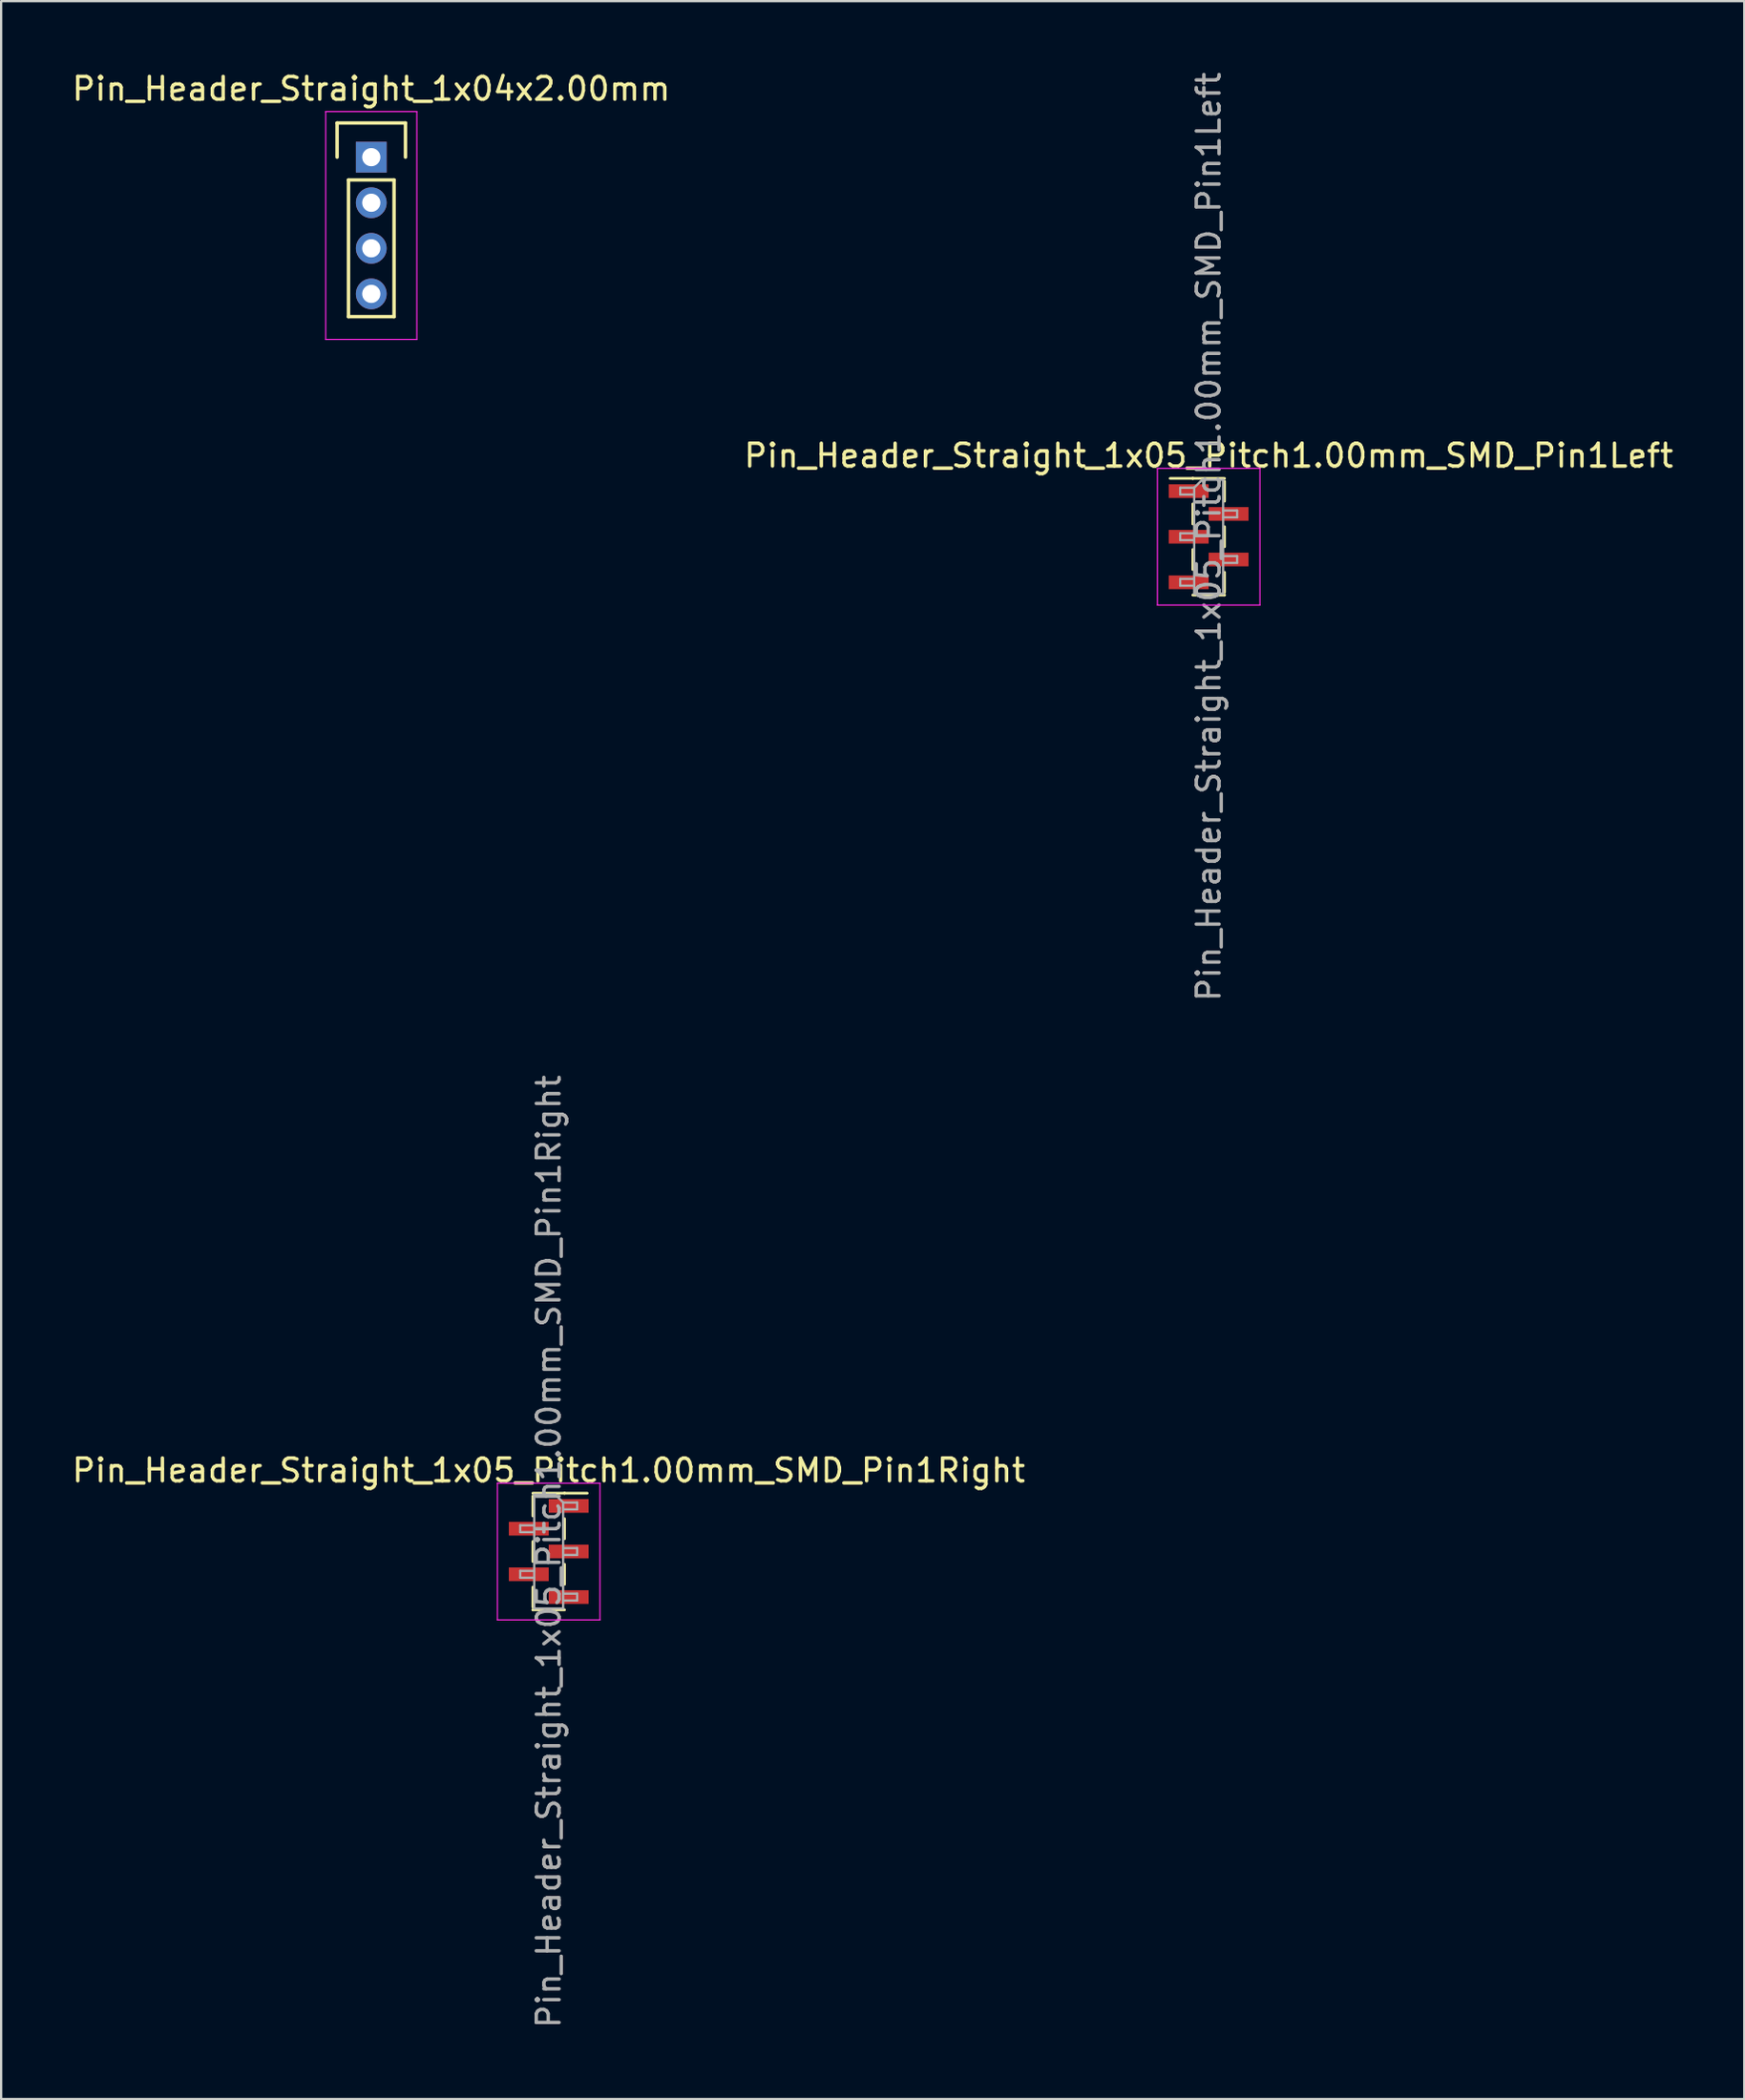
<source format=kicad_pcb>
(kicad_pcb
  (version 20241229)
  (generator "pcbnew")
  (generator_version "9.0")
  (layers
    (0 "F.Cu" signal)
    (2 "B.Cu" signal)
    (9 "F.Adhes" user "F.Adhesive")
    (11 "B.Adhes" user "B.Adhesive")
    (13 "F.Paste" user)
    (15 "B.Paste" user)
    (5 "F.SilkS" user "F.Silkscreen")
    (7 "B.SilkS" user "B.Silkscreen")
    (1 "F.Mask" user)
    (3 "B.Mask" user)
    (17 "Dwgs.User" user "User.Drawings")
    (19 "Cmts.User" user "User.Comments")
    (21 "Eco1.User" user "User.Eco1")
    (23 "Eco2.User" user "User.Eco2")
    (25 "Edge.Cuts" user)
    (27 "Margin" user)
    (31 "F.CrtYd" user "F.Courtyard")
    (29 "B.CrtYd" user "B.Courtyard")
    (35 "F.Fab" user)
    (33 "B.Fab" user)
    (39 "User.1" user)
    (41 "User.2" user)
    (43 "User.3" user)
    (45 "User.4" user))
  (footprint "Pin_Header_Straight_1x04x2.00mm"
    (layer "F.Cu")
    (at 13.244 3.848)
    (property "Reference" "Pin_Header_Straight_1x04x2.00mm" (at 0 -3 0) (layer "F.SilkS") (effects (font (size 1 1) (thickness 0.15))))
    (attr through_hole)
    (fp_line (start -1.5 -1.5) (end 1.5 -1.5) (stroke (width 0.15) (type solid)) (layer "F.SilkS"))
    (fp_line (start -1.5 0) (end -1.5 -1.5) (stroke (width 0.15) (type solid)) (layer "F.SilkS"))
    (fp_line (start -1 1) (end 1 1) (stroke (width 0.15) (type solid)) (layer "F.SilkS"))
    (fp_line (start -1 7) (end -1 1) (stroke (width 0.15) (type solid)) (layer "F.SilkS"))
    (fp_line (start 1 1) (end 1 7) (stroke (width 0.15) (type solid)) (layer "F.SilkS"))
    (fp_line (start 1 7) (end -1 7) (stroke (width 0.15) (type solid)) (layer "F.SilkS"))
    (fp_line (start 1.5 -1.5) (end 1.5 0) (stroke (width 0.15) (type solid)) (layer "F.SilkS"))
    (fp_line (start -2 -2) (end 2 -2) (stroke (width 0.05) (type solid)) (layer "F.CrtYd"))
    (fp_line (start -2 8) (end -2 -2) (stroke (width 0.05) (type solid)) (layer "F.CrtYd"))
    (fp_line (start 2 -2) (end 2 8) (stroke (width 0.05) (type solid)) (layer "F.CrtYd"))
    (fp_line (start 2 8) (end -2 8) (stroke (width 0.05) (type solid)) (layer "F.CrtYd"))
    (pad "1" thru_hole rect (at 0 0) (size 1.35 1.35) (drill 0.8) (layers "*.Cu" "*.Mask"))
    (pad "2" thru_hole circle (at 0 2) (size 1.35 1.35) (drill 0.8) (layers "*.Cu" "*.Mask"))
    (pad "3" thru_hole circle (at 0 4) (size 1.35 1.35) (drill 0.8) (layers "*.Cu" "*.Mask"))
    (pad "4" thru_hole circle (at 0 6) (size 1.35 1.35) (drill 0.8) (layers "*.Cu" "*.Mask")))
  (footprint "Pin_Header_Straight_1x05_Pitch1.00mm_SMD_Pin1Right"
    (layer "F.Cu")
    (at 21.03 65.042)
    (property "Reference" "Pin_Header_Straight_1x05_Pitch1.00mm_SMD_Pin1Right" (at 0 -3.56 0) (layer "F.SilkS") (effects (font (size 1 1) (thickness 0.15))))
    (attr smd)
    (fp_line (start -0.695 -2.56) (end 0.695 -2.56) (stroke (width 0.12) (type solid)) (layer "F.SilkS"))
    (fp_line (start -0.695 -2.44) (end -0.695 -1.56) (stroke (width 0.12) (type solid)) (layer "F.SilkS"))
    (fp_line (start -0.695 -0.44) (end -0.695 0.44) (stroke (width 0.12) (type solid)) (layer "F.SilkS"))
    (fp_line (start -0.695 1.56) (end -0.695 2.44) (stroke (width 0.12) (type solid)) (layer "F.SilkS"))
    (fp_line (start -0.695 2.56) (end -0.695 2.56) (stroke (width 0.12) (type solid)) (layer "F.SilkS"))
    (fp_line (start -0.695 2.56) (end 0.695 2.56) (stroke (width 0.12) (type solid)) (layer "F.SilkS"))
    (fp_line (start 0.695 -2.56) (end 0.695 -2.56) (stroke (width 0.12) (type solid)) (layer "F.SilkS"))
    (fp_line (start 0.695 -2.56) (end 1.69 -2.56) (stroke (width 0.12) (type solid)) (layer "F.SilkS"))
    (fp_line (start 0.695 -1.44) (end 0.695 -0.56) (stroke (width 0.12) (type solid)) (layer "F.SilkS"))
    (fp_line (start 0.695 0.56) (end 0.695 1.44) (stroke (width 0.12) (type solid)) (layer "F.SilkS"))
    (fp_line (start -2.25 -3) (end -2.25 3) (stroke (width 0.05) (type solid)) (layer "F.CrtYd"))
    (fp_line (start -2.25 3) (end 2.25 3) (stroke (width 0.05) (type solid)) (layer "F.CrtYd"))
    (fp_line (start 2.25 -3) (end -2.25 -3) (stroke (width 0.05) (type solid)) (layer "F.CrtYd"))
    (fp_line (start 2.25 3) (end 2.25 -3) (stroke (width 0.05) (type solid)) (layer "F.CrtYd"))
    (fp_line (start -1.25 -1.15) (end -1.25 -0.85) (stroke (width 0.1) (type solid)) (layer "F.Fab"))
    (fp_line (start -1.25 -0.85) (end -0.635 -0.85) (stroke (width 0.1) (type solid)) (layer "F.Fab"))
    (fp_line (start -1.25 0.85) (end -1.25 1.15) (stroke (width 0.1) (type solid)) (layer "F.Fab"))
    (fp_line (start -1.25 1.15) (end -0.635 1.15) (stroke (width 0.1) (type solid)) (layer "F.Fab"))
    (fp_line (start -0.635 -2.5) (end -0.635 2.5) (stroke (width 0.1) (type solid)) (layer "F.Fab"))
    (fp_line (start -0.635 -2.5) (end 0.285 -2.5) (stroke (width 0.1) (type solid)) (layer "F.Fab"))
    (fp_line (start -0.635 -1.15) (end -1.25 -1.15) (stroke (width 0.1) (type solid)) (layer "F.Fab"))
    (fp_line (start -0.635 0.85) (end -1.25 0.85) (stroke (width 0.1) (type solid)) (layer "F.Fab"))
    (fp_line (start 0.635 -2.15) (end 0.285 -2.5) (stroke (width 0.1) (type solid)) (layer "F.Fab"))
    (fp_line (start 0.635 -2.15) (end 1.25 -2.15) (stroke (width 0.1) (type solid)) (layer "F.Fab"))
    (fp_line (start 0.635 -0.15) (end 1.25 -0.15) (stroke (width 0.1) (type solid)) (layer "F.Fab"))
    (fp_line (start 0.635 1.85) (end 1.25 1.85) (stroke (width 0.1) (type solid)) (layer "F.Fab"))
    (fp_line (start 0.635 2.5) (end -0.635 2.5) (stroke (width 0.1) (type solid)) (layer "F.Fab"))
    (fp_line (start 0.635 2.5) (end 0.635 -2.15) (stroke (width 0.1) (type solid)) (layer "F.Fab"))
    (fp_line (start 1.25 -2.15) (end 1.25 -1.85) (stroke (width 0.1) (type solid)) (layer "F.Fab"))
    (fp_line (start 1.25 -1.85) (end 0.635 -1.85) (stroke (width 0.1) (type solid)) (layer "F.Fab"))
    (fp_line (start 1.25 -0.15) (end 1.25 0.15) (stroke (width 0.1) (type solid)) (layer "F.Fab"))
    (fp_line (start 1.25 0.15) (end 0.635 0.15) (stroke (width 0.1) (type solid)) (layer "F.Fab"))
    (fp_line (start 1.25 1.85) (end 1.25 2.15) (stroke (width 0.1) (type solid)) (layer "F.Fab"))
    (fp_line (start 1.25 2.15) (end 0.635 2.15) (stroke (width 0.1) (type solid)) (layer "F.Fab"))
    (fp_text user "${REFERENCE}" (at 0 0 90) (layer "F.Fab") (effects (font (size 1 1) (thickness 0.15))))
    (pad "1" smd rect (at 0.875 -2) (size 1.75 0.6) (layers "F.Cu" "F.Mask" "F.Paste"))
    (pad "2" smd rect (at -0.875 -1) (size 1.75 0.6) (layers "F.Cu" "F.Mask" "F.Paste"))
    (pad "3" smd rect (at 0.875 0) (size 1.75 0.6) (layers "F.Cu" "F.Mask" "F.Paste"))
    (pad "4" smd rect (at -0.875 1) (size 1.75 0.6) (layers "F.Cu" "F.Mask" "F.Paste"))
    (pad "5" smd rect (at 0.875 2) (size 1.75 0.6) (layers "F.Cu" "F.Mask" "F.Paste")))
  (footprint "Pin_Header_Straight_1x05_Pitch1.00mm_SMD_Pin1Left"
    (layer "F.Cu")
    (at 49.994 20.506)
    (property "Reference" "Pin_Header_Straight_1x05_Pitch1.00mm_SMD_Pin1Left" (at 0 -3.56 0) (layer "F.SilkS") (effects (font (size 1 1) (thickness 0.15))))
    (attr smd)
    (fp_line (start -0.695 -2.56) (end -1.69 -2.56) (stroke (width 0.12) (type solid)) (layer "F.SilkS"))
    (fp_line (start -0.695 -2.56) (end -0.695 -2.56) (stroke (width 0.12) (type solid)) (layer "F.SilkS"))
    (fp_line (start -0.695 -2.56) (end 0.695 -2.56) (stroke (width 0.12) (type solid)) (layer "F.SilkS"))
    (fp_line (start -0.695 -1.44) (end -0.695 -0.56) (stroke (width 0.12) (type solid)) (layer "F.SilkS"))
    (fp_line (start -0.695 0.56) (end -0.695 1.44) (stroke (width 0.12) (type solid)) (layer "F.SilkS"))
    (fp_line (start -0.695 2.56) (end 0.695 2.56) (stroke (width 0.12) (type solid)) (layer "F.SilkS"))
    (fp_line (start 0.695 -2.44) (end 0.695 -1.56) (stroke (width 0.12) (type solid)) (layer "F.SilkS"))
    (fp_line (start 0.695 -0.44) (end 0.695 0.44) (stroke (width 0.12) (type solid)) (layer "F.SilkS"))
    (fp_line (start 0.695 1.56) (end 0.695 2.44) (stroke (width 0.12) (type solid)) (layer "F.SilkS"))
    (fp_line (start 0.695 2.56) (end 0.695 2.56) (stroke (width 0.12) (type solid)) (layer "F.SilkS"))
    (fp_line (start -2.25 -3) (end -2.25 3) (stroke (width 0.05) (type solid)) (layer "F.CrtYd"))
    (fp_line (start -2.25 3) (end 2.25 3) (stroke (width 0.05) (type solid)) (layer "F.CrtYd"))
    (fp_line (start 2.25 -3) (end -2.25 -3) (stroke (width 0.05) (type solid)) (layer "F.CrtYd"))
    (fp_line (start 2.25 3) (end 2.25 -3) (stroke (width 0.05) (type solid)) (layer "F.CrtYd"))
    (fp_line (start -1.25 -2.15) (end -1.25 -1.85) (stroke (width 0.1) (type solid)) (layer "F.Fab"))
    (fp_line (start -1.25 -1.85) (end -0.635 -1.85) (stroke (width 0.1) (type solid)) (layer "F.Fab"))
    (fp_line (start -1.25 -0.15) (end -1.25 0.15) (stroke (width 0.1) (type solid)) (layer "F.Fab"))
    (fp_line (start -1.25 0.15) (end -0.635 0.15) (stroke (width 0.1) (type solid)) (layer "F.Fab"))
    (fp_line (start -1.25 1.85) (end -1.25 2.15) (stroke (width 0.1) (type solid)) (layer "F.Fab"))
    (fp_line (start -1.25 2.15) (end -0.635 2.15) (stroke (width 0.1) (type solid)) (layer "F.Fab"))
    (fp_line (start -0.635 -2.15) (end -1.25 -2.15) (stroke (width 0.1) (type solid)) (layer "F.Fab"))
    (fp_line (start -0.635 -2.15) (end -0.285 -2.5) (stroke (width 0.1) (type solid)) (layer "F.Fab"))
    (fp_line (start -0.635 -0.15) (end -1.25 -0.15) (stroke (width 0.1) (type solid)) (layer "F.Fab"))
    (fp_line (start -0.635 1.85) (end -1.25 1.85) (stroke (width 0.1) (type solid)) (layer "F.Fab"))
    (fp_line (start -0.635 2.5) (end -0.635 -2.15) (stroke (width 0.1) (type solid)) (layer "F.Fab"))
    (fp_line (start -0.285 -2.5) (end 0.635 -2.5) (stroke (width 0.1) (type solid)) (layer "F.Fab"))
    (fp_line (start 0.635 -2.5) (end 0.635 2.5) (stroke (width 0.1) (type solid)) (layer "F.Fab"))
    (fp_line (start 0.635 -1.15) (end 1.25 -1.15) (stroke (width 0.1) (type solid)) (layer "F.Fab"))
    (fp_line (start 0.635 0.85) (end 1.25 0.85) (stroke (width 0.1) (type solid)) (layer "F.Fab"))
    (fp_line (start 0.635 2.5) (end -0.635 2.5) (stroke (width 0.1) (type solid)) (layer "F.Fab"))
    (fp_line (start 1.25 -1.15) (end 1.25 -0.85) (stroke (width 0.1) (type solid)) (layer "F.Fab"))
    (fp_line (start 1.25 -0.85) (end 0.635 -0.85) (stroke (width 0.1) (type solid)) (layer "F.Fab"))
    (fp_line (start 1.25 0.85) (end 1.25 1.15) (stroke (width 0.1) (type solid)) (layer "F.Fab"))
    (fp_line (start 1.25 1.15) (end 0.635 1.15) (stroke (width 0.1) (type solid)) (layer "F.Fab"))
    (fp_text user "${REFERENCE}" (at 0 0 90) (layer "F.Fab") (effects (font (size 1 1) (thickness 0.15))))
    (pad "1" smd rect (at -0.875 -2) (size 1.75 0.6) (layers "F.Cu" "F.Mask" "F.Paste"))
    (pad "2" smd rect (at 0.875 -1) (size 1.75 0.6) (layers "F.Cu" "F.Mask" "F.Paste"))
    (pad "3" smd rect (at -0.875 0) (size 1.75 0.6) (layers "F.Cu" "F.Mask" "F.Paste"))
    (pad "4" smd rect (at 0.875 1) (size 1.75 0.6) (layers "F.Cu" "F.Mask" "F.Paste"))
    (pad "5" smd rect (at -0.875 2) (size 1.75 0.6) (layers "F.Cu" "F.Mask" "F.Paste")))
  (gr_rect
    (start -3 -3)
    (end 73.5 89.071)
    (stroke (width 0.1) (type default))
    (fill no)
    (layer "Edge.Cuts")))
</source>
